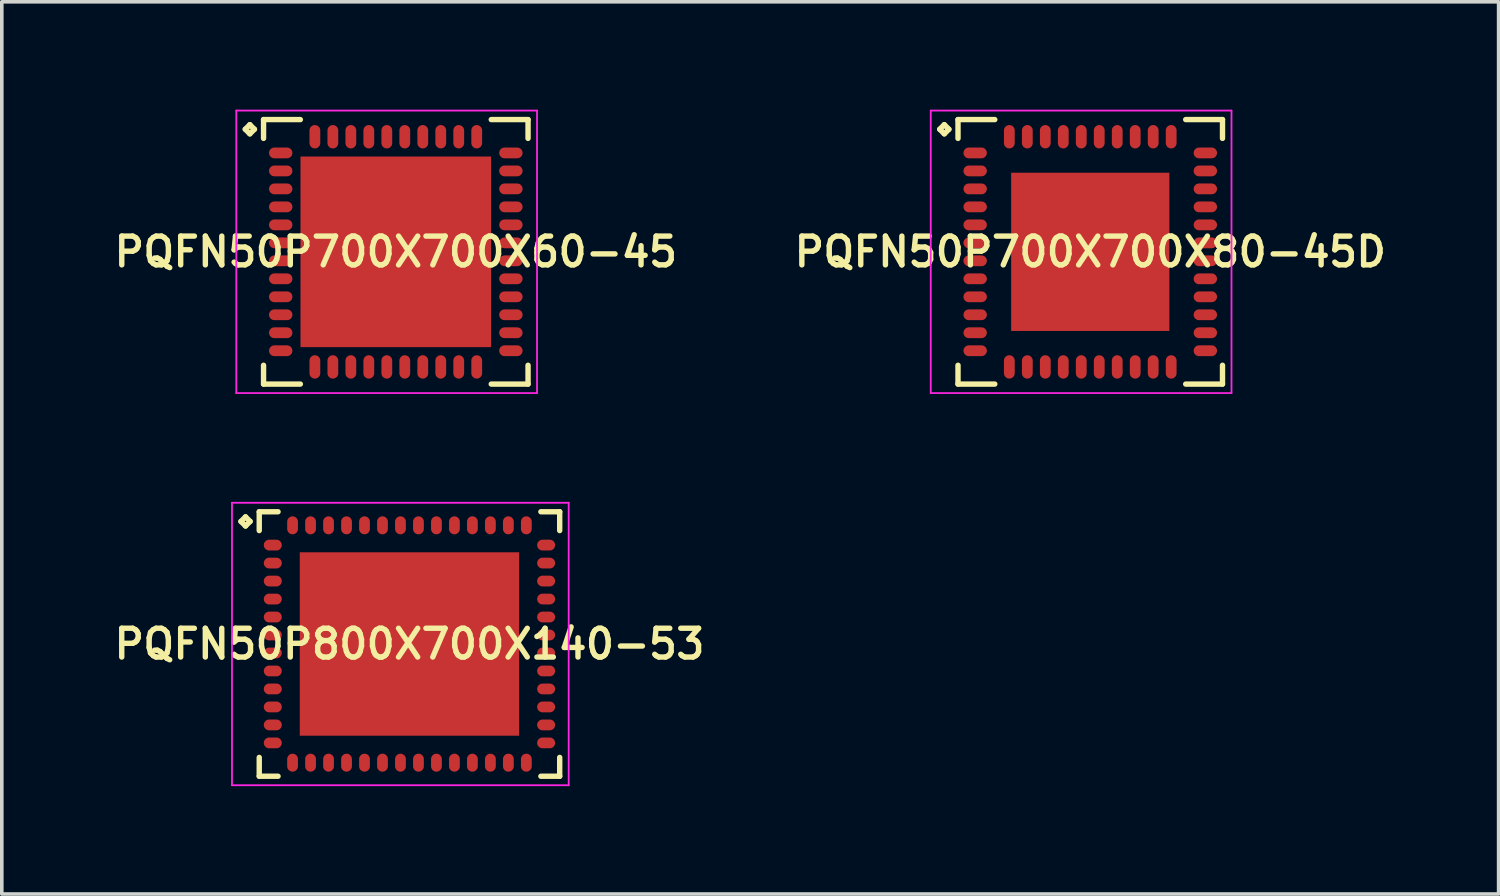
<source format=kicad_pcb>
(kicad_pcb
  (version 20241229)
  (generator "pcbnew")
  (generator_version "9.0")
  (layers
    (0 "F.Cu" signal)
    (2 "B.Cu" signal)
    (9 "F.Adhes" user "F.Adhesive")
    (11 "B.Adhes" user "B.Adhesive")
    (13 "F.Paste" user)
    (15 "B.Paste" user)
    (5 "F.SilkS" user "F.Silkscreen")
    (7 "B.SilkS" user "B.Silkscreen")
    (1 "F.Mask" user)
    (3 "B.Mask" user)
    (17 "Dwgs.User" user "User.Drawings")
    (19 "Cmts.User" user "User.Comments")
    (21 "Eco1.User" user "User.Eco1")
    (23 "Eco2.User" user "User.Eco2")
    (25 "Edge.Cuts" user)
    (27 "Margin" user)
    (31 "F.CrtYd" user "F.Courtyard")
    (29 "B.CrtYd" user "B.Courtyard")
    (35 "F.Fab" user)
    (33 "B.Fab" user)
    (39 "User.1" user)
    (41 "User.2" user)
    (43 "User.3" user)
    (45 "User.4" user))
  (footprint "PQFN50P800X700X140-53"
    (layer "F.Cu")
    (at 8.335 14.856)
    (property "Reference" "PQFN50P800X700X140-53" (at 0 0 0) (layer "F.SilkS") (effects (font (size 0.8 0.8) (thickness 0.15))))
    (attr smd)
    (fp_line (start -4.685 -3.408) (end -4.558 -3.535) (stroke (width 0.15) (type solid)) (layer "F.SilkS"))
    (fp_line (start -4.558 -3.535) (end -4.431 -3.408) (stroke (width 0.15) (type solid)) (layer "F.SilkS"))
    (fp_line (start -4.558 -3.281) (end -4.685 -3.408) (stroke (width 0.15) (type solid)) (layer "F.SilkS"))
    (fp_line (start -4.431 -3.408) (end -4.558 -3.281) (stroke (width 0.15) (type solid)) (layer "F.SilkS"))
    (fp_line (start -4.177 -3.677) (end -3.654 -3.677) (stroke (width 0.15) (type solid)) (layer "F.SilkS"))
    (fp_line (start -4.177 -3.154) (end -4.177 -3.677) (stroke (width 0.15) (type solid)) (layer "F.SilkS"))
    (fp_line (start -4.177 3.154) (end -4.177 3.677) (stroke (width 0.15) (type solid)) (layer "F.SilkS"))
    (fp_line (start -4.177 3.677) (end -3.654 3.677) (stroke (width 0.15) (type solid)) (layer "F.SilkS"))
    (fp_line (start 3.654 -3.677) (end 4.177 -3.677) (stroke (width 0.15) (type solid)) (layer "F.SilkS"))
    (fp_line (start 3.654 3.677) (end 4.177 3.677) (stroke (width 0.15) (type solid)) (layer "F.SilkS"))
    (fp_line (start 4.177 -3.677) (end 4.177 -3.154) (stroke (width 0.15) (type solid)) (layer "F.SilkS"))
    (fp_line (start 4.177 3.677) (end 4.177 3.154) (stroke (width 0.15) (type solid)) (layer "F.SilkS"))
    (fp_line (start -4.935 -3.927) (end 4.427 -3.927) (stroke (width 0.05) (type solid)) (layer "F.CrtYd"))
    (fp_line (start -4.935 3.927) (end -4.935 -3.927) (stroke (width 0.05) (type solid)) (layer "F.CrtYd"))
    (fp_line (start 4.427 -3.927) (end 4.427 3.927) (stroke (width 0.05) (type solid)) (layer "F.CrtYd"))
    (fp_line (start 4.427 3.927) (end -4.935 3.927) (stroke (width 0.05) (type solid)) (layer "F.CrtYd"))
    (pad "1" smd oval (at -3.8 -2.75) (size 0.5 0.3) (layers "F.Cu" "F.Mask" "F.Paste"))
    (pad "2" smd oval (at -3.8 -2.25) (size 0.5 0.3) (layers "F.Cu" "F.Mask" "F.Paste"))
    (pad "3" smd oval (at -3.8 -1.75) (size 0.5 0.3) (layers "F.Cu" "F.Mask" "F.Paste"))
    (pad "4" smd oval (at -3.8 -1.25) (size 0.5 0.3) (layers "F.Cu" "F.Mask" "F.Paste"))
    (pad "5" smd oval (at -3.8 -0.75) (size 0.5 0.3) (layers "F.Cu" "F.Mask" "F.Paste"))
    (pad "6" smd oval (at -3.8 -0.25) (size 0.5 0.3) (layers "F.Cu" "F.Mask" "F.Paste"))
    (pad "7" smd oval (at -3.8 0.25) (size 0.5 0.3) (layers "F.Cu" "F.Mask" "F.Paste"))
    (pad "8" smd oval (at -3.8 0.75) (size 0.5 0.3) (layers "F.Cu" "F.Mask" "F.Paste"))
    (pad "9" smd oval (at -3.8 1.25) (size 0.5 0.3) (layers "F.Cu" "F.Mask" "F.Paste"))
    (pad "10" smd oval (at -3.8 1.75) (size 0.5 0.3) (layers "F.Cu" "F.Mask" "F.Paste"))
    (pad "11" smd oval (at -3.8 2.25) (size 0.5 0.3) (layers "F.Cu" "F.Mask" "F.Paste"))
    (pad "12" smd oval (at -3.8 2.75) (size 0.5 0.3) (layers "F.Cu" "F.Mask" "F.Paste"))
    (pad "13" smd oval (at -3.25 3.3) (size 0.3 0.5) (layers "F.Cu" "F.Mask" "F.Paste"))
    (pad "14" smd oval (at -2.75 3.3) (size 0.3 0.5) (layers "F.Cu" "F.Mask" "F.Paste"))
    (pad "15" smd oval (at -2.25 3.3) (size 0.3 0.5) (layers "F.Cu" "F.Mask" "F.Paste"))
    (pad "16" smd oval (at -1.75 3.3) (size 0.3 0.5) (layers "F.Cu" "F.Mask" "F.Paste"))
    (pad "17" smd oval (at -1.25 3.3) (size 0.3 0.5) (layers "F.Cu" "F.Mask" "F.Paste"))
    (pad "18" smd oval (at -0.75 3.3) (size 0.3 0.5) (layers "F.Cu" "F.Mask" "F.Paste"))
    (pad "19" smd oval (at -0.25 3.3) (size 0.3 0.5) (layers "F.Cu" "F.Mask" "F.Paste"))
    (pad "20" smd oval (at 0.25 3.3) (size 0.3 0.5) (layers "F.Cu" "F.Mask" "F.Paste"))
    (pad "21" smd oval (at 0.75 3.3) (size 0.3 0.5) (layers "F.Cu" "F.Mask" "F.Paste"))
    (pad "22" smd oval (at 1.25 3.3) (size 0.3 0.5) (layers "F.Cu" "F.Mask" "F.Paste"))
    (pad "23" smd oval (at 1.75 3.3) (size 0.3 0.5) (layers "F.Cu" "F.Mask" "F.Paste"))
    (pad "24" smd oval (at 2.25 3.3) (size 0.3 0.5) (layers "F.Cu" "F.Mask" "F.Paste"))
    (pad "25" smd oval (at 2.75 3.3) (size 0.3 0.5) (layers "F.Cu" "F.Mask" "F.Paste"))
    (pad "26" smd oval (at 3.25 3.3) (size 0.3 0.5) (layers "F.Cu" "F.Mask" "F.Paste"))
    (pad "27" smd oval (at 3.8 2.75) (size 0.5 0.3) (layers "F.Cu" "F.Mask" "F.Paste"))
    (pad "28" smd oval (at 3.8 2.25) (size 0.5 0.3) (layers "F.Cu" "F.Mask" "F.Paste"))
    (pad "29" smd oval (at 3.8 1.75) (size 0.5 0.3) (layers "F.Cu" "F.Mask" "F.Paste"))
    (pad "30" smd oval (at 3.8 1.25) (size 0.5 0.3) (layers "F.Cu" "F.Mask" "F.Paste"))
    (pad "31" smd oval (at 3.8 0.75) (size 0.5 0.3) (layers "F.Cu" "F.Mask" "F.Paste"))
    (pad "32" smd oval (at 3.8 0.25) (size 0.5 0.3) (layers "F.Cu" "F.Mask" "F.Paste"))
    (pad "33" smd oval (at 3.8 -0.25) (size 0.5 0.3) (layers "F.Cu" "F.Mask" "F.Paste"))
    (pad "34" smd oval (at 3.8 -0.75) (size 0.5 0.3) (layers "F.Cu" "F.Mask" "F.Paste"))
    (pad "35" smd oval (at 3.8 -1.25) (size 0.5 0.3) (layers "F.Cu" "F.Mask" "F.Paste"))
    (pad "36" smd oval (at 3.8 -1.75) (size 0.5 0.3) (layers "F.Cu" "F.Mask" "F.Paste"))
    (pad "37" smd oval (at 3.8 -2.25) (size 0.5 0.3) (layers "F.Cu" "F.Mask" "F.Paste"))
    (pad "38" smd oval (at 3.8 -2.75) (size 0.5 0.3) (layers "F.Cu" "F.Mask" "F.Paste"))
    (pad "39" smd oval (at 3.25 -3.3) (size 0.3 0.5) (layers "F.Cu" "F.Mask" "F.Paste"))
    (pad "40" smd oval (at 2.75 -3.3) (size 0.3 0.5) (layers "F.Cu" "F.Mask" "F.Paste"))
    (pad "41" smd oval (at 2.25 -3.3) (size 0.3 0.5) (layers "F.Cu" "F.Mask" "F.Paste"))
    (pad "42" smd oval (at 1.75 -3.3) (size 0.3 0.5) (layers "F.Cu" "F.Mask" "F.Paste"))
    (pad "43" smd oval (at 1.25 -3.3) (size 0.3 0.5) (layers "F.Cu" "F.Mask" "F.Paste"))
    (pad "44" smd oval (at 0.75 -3.3) (size 0.3 0.5) (layers "F.Cu" "F.Mask" "F.Paste"))
    (pad "45" smd oval (at 0.25 -3.3) (size 0.3 0.5) (layers "F.Cu" "F.Mask" "F.Paste"))
    (pad "46" smd oval (at -0.25 -3.3) (size 0.3 0.5) (layers "F.Cu" "F.Mask" "F.Paste"))
    (pad "47" smd oval (at -0.75 -3.3) (size 0.3 0.5) (layers "F.Cu" "F.Mask" "F.Paste"))
    (pad "48" smd oval (at -1.25 -3.3) (size 0.3 0.5) (layers "F.Cu" "F.Mask" "F.Paste"))
    (pad "49" smd oval (at -1.75 -3.3) (size 0.3 0.5) (layers "F.Cu" "F.Mask" "F.Paste"))
    (pad "50" smd oval (at -2.25 -3.3) (size 0.3 0.5) (layers "F.Cu" "F.Mask" "F.Paste"))
    (pad "51" smd oval (at -2.75 -3.3) (size 0.3 0.5) (layers "F.Cu" "F.Mask" "F.Paste"))
    (pad "52" smd oval (at -3.25 -3.3) (size 0.3 0.5) (layers "F.Cu" "F.Mask" "F.Paste"))
    (pad "53" smd rect (at 0 0) (size 6.1 5.1) (layers "F.Cu" "F.Mask" "F.Paste")))
  (footprint "PQFN50P700X700X80-45D"
    (layer "F.Cu")
    (at 27.264 3.952)
    (property "Reference" "PQFN50P700X700X80-45D" (at 0 0 0) (layer "F.SilkS") (effects (font (size 0.8 0.8) (thickness 0.15))))
    (attr smd)
    (fp_line (start -4.185 -3.408) (end -4.058 -3.535) (stroke (width 0.15) (type solid)) (layer "F.SilkS"))
    (fp_line (start -4.058 -3.535) (end -3.931 -3.408) (stroke (width 0.15) (type solid)) (layer "F.SilkS"))
    (fp_line (start -4.058 -3.281) (end -4.185 -3.408) (stroke (width 0.15) (type solid)) (layer "F.SilkS"))
    (fp_line (start -3.931 -3.408) (end -4.058 -3.281) (stroke (width 0.15) (type solid)) (layer "F.SilkS"))
    (fp_line (start -3.677 -3.677) (end -2.654 -3.677) (stroke (width 0.15) (type solid)) (layer "F.SilkS"))
    (fp_line (start -3.677 -3.154) (end -3.677 -3.677) (stroke (width 0.15) (type solid)) (layer "F.SilkS"))
    (fp_line (start -3.677 3.154) (end -3.677 3.677) (stroke (width 0.15) (type solid)) (layer "F.SilkS"))
    (fp_line (start -3.677 3.677) (end -2.654 3.677) (stroke (width 0.15) (type solid)) (layer "F.SilkS"))
    (fp_line (start 2.654 -3.677) (end 3.677 -3.677) (stroke (width 0.15) (type solid)) (layer "F.SilkS"))
    (fp_line (start 2.654 3.677) (end 3.677 3.677) (stroke (width 0.15) (type solid)) (layer "F.SilkS"))
    (fp_line (start 3.677 -3.677) (end 3.677 -3.154) (stroke (width 0.15) (type solid)) (layer "F.SilkS"))
    (fp_line (start 3.677 3.677) (end 3.677 3.154) (stroke (width 0.15) (type solid)) (layer "F.SilkS"))
    (fp_line (start -4.435 -3.927) (end 3.927 -3.927) (stroke (width 0.05) (type solid)) (layer "F.CrtYd"))
    (fp_line (start -4.435 3.927) (end -4.435 -3.927) (stroke (width 0.05) (type solid)) (layer "F.CrtYd"))
    (fp_line (start 3.927 -3.927) (end 3.927 3.927) (stroke (width 0.05) (type solid)) (layer "F.CrtYd"))
    (fp_line (start 3.927 3.927) (end -4.435 3.927) (stroke (width 0.05) (type solid)) (layer "F.CrtYd"))
    (pad "1" smd oval (at -3.2 -2.75) (size 0.65 0.3) (layers "F.Cu" "F.Mask" "F.Paste"))
    (pad "2" smd oval (at -3.2 -2.25) (size 0.65 0.3) (layers "F.Cu" "F.Mask" "F.Paste"))
    (pad "3" smd oval (at -3.2 -1.75) (size 0.65 0.3) (layers "F.Cu" "F.Mask" "F.Paste"))
    (pad "4" smd oval (at -3.2 -1.25) (size 0.65 0.3) (layers "F.Cu" "F.Mask" "F.Paste"))
    (pad "5" smd oval (at -3.2 -0.75) (size 0.65 0.3) (layers "F.Cu" "F.Mask" "F.Paste"))
    (pad "6" smd oval (at -3.2 -0.25) (size 0.65 0.3) (layers "F.Cu" "F.Mask" "F.Paste"))
    (pad "7" smd oval (at -3.2 0.25) (size 0.65 0.3) (layers "F.Cu" "F.Mask" "F.Paste"))
    (pad "8" smd oval (at -3.2 0.75) (size 0.65 0.3) (layers "F.Cu" "F.Mask" "F.Paste"))
    (pad "9" smd oval (at -3.2 1.25) (size 0.65 0.3) (layers "F.Cu" "F.Mask" "F.Paste"))
    (pad "10" smd oval (at -3.2 1.75) (size 0.65 0.3) (layers "F.Cu" "F.Mask" "F.Paste"))
    (pad "11" smd oval (at -3.2 2.25) (size 0.65 0.3) (layers "F.Cu" "F.Mask" "F.Paste"))
    (pad "12" smd oval (at -3.2 2.75) (size 0.65 0.3) (layers "F.Cu" "F.Mask" "F.Paste"))
    (pad "13" smd oval (at -2.25 3.2) (size 0.3 0.65) (layers "F.Cu" "F.Mask" "F.Paste"))
    (pad "14" smd oval (at -1.75 3.2) (size 0.3 0.65) (layers "F.Cu" "F.Mask" "F.Paste"))
    (pad "15" smd oval (at -1.25 3.2) (size 0.3 0.65) (layers "F.Cu" "F.Mask" "F.Paste"))
    (pad "16" smd oval (at -0.75 3.2) (size 0.3 0.65) (layers "F.Cu" "F.Mask" "F.Paste"))
    (pad "17" smd oval (at -0.25 3.2) (size 0.3 0.65) (layers "F.Cu" "F.Mask" "F.Paste"))
    (pad "18" smd oval (at 0.25 3.2) (size 0.3 0.65) (layers "F.Cu" "F.Mask" "F.Paste"))
    (pad "19" smd oval (at 0.75 3.2) (size 0.3 0.65) (layers "F.Cu" "F.Mask" "F.Paste"))
    (pad "20" smd oval (at 1.25 3.2) (size 0.3 0.65) (layers "F.Cu" "F.Mask" "F.Paste"))
    (pad "21" smd oval (at 1.75 3.2) (size 0.3 0.65) (layers "F.Cu" "F.Mask" "F.Paste"))
    (pad "22" smd oval (at 2.25 3.2) (size 0.3 0.65) (layers "F.Cu" "F.Mask" "F.Paste"))
    (pad "23" smd oval (at 3.2 2.75) (size 0.65 0.3) (layers "F.Cu" "F.Mask" "F.Paste"))
    (pad "24" smd oval (at 3.2 2.25) (size 0.65 0.3) (layers "F.Cu" "F.Mask" "F.Paste"))
    (pad "25" smd oval (at 3.2 1.75) (size 0.65 0.3) (layers "F.Cu" "F.Mask" "F.Paste"))
    (pad "26" smd oval (at 3.2 1.25) (size 0.65 0.3) (layers "F.Cu" "F.Mask" "F.Paste"))
    (pad "27" smd oval (at 3.2 0.75) (size 0.65 0.3) (layers "F.Cu" "F.Mask" "F.Paste"))
    (pad "28" smd oval (at 3.2 0.25) (size 0.65 0.3) (layers "F.Cu" "F.Mask" "F.Paste"))
    (pad "29" smd oval (at 3.2 -0.25) (size 0.65 0.3) (layers "F.Cu" "F.Mask" "F.Paste"))
    (pad "30" smd oval (at 3.2 -0.75) (size 0.65 0.3) (layers "F.Cu" "F.Mask" "F.Paste"))
    (pad "31" smd oval (at 3.2 -1.25) (size 0.65 0.3) (layers "F.Cu" "F.Mask" "F.Paste"))
    (pad "32" smd oval (at 3.2 -1.75) (size 0.65 0.3) (layers "F.Cu" "F.Mask" "F.Paste"))
    (pad "33" smd oval (at 3.2 -2.25) (size 0.65 0.3) (layers "F.Cu" "F.Mask" "F.Paste"))
    (pad "34" smd oval (at 3.2 -2.75) (size 0.65 0.3) (layers "F.Cu" "F.Mask" "F.Paste"))
    (pad "35" smd oval (at 2.25 -3.2) (size 0.3 0.65) (layers "F.Cu" "F.Mask" "F.Paste"))
    (pad "36" smd oval (at 1.75 -3.2) (size 0.3 0.65) (layers "F.Cu" "F.Mask" "F.Paste"))
    (pad "37" smd oval (at 1.25 -3.2) (size 0.3 0.65) (layers "F.Cu" "F.Mask" "F.Paste"))
    (pad "38" smd oval (at 0.75 -3.2) (size 0.3 0.65) (layers "F.Cu" "F.Mask" "F.Paste"))
    (pad "39" smd oval (at 0.25 -3.2) (size 0.3 0.65) (layers "F.Cu" "F.Mask" "F.Paste"))
    (pad "40" smd oval (at -0.25 -3.2) (size 0.3 0.65) (layers "F.Cu" "F.Mask" "F.Paste"))
    (pad "41" smd oval (at -0.75 -3.2) (size 0.3 0.65) (layers "F.Cu" "F.Mask" "F.Paste"))
    (pad "42" smd oval (at -1.25 -3.2) (size 0.3 0.65) (layers "F.Cu" "F.Mask" "F.Paste"))
    (pad "43" smd oval (at -1.75 -3.2) (size 0.3 0.65) (layers "F.Cu" "F.Mask" "F.Paste"))
    (pad "44" smd oval (at -2.25 -3.2) (size 0.3 0.65) (layers "F.Cu" "F.Mask" "F.Paste"))
    (pad "45" smd rect (at 0 0) (size 4.4 4.4) (layers "F.Cu" "F.Mask" "F.Paste")))
  (footprint "PQFN50P700X700X60-45"
    (layer "F.Cu")
    (at 7.955 3.952)
    (property "Reference" "PQFN50P700X700X60-45" (at 0 0 0) (layer "F.SilkS") (effects (font (size 0.8 0.8) (thickness 0.15))))
    (attr smd)
    (fp_line (start -4.185 -3.408) (end -4.058 -3.535) (stroke (width 0.15) (type solid)) (layer "F.SilkS"))
    (fp_line (start -4.058 -3.535) (end -3.931 -3.408) (stroke (width 0.15) (type solid)) (layer "F.SilkS"))
    (fp_line (start -4.058 -3.281) (end -4.185 -3.408) (stroke (width 0.15) (type solid)) (layer "F.SilkS"))
    (fp_line (start -3.931 -3.408) (end -4.058 -3.281) (stroke (width 0.15) (type solid)) (layer "F.SilkS"))
    (fp_line (start -3.677 -3.677) (end -2.654 -3.677) (stroke (width 0.15) (type solid)) (layer "F.SilkS"))
    (fp_line (start -3.677 -3.154) (end -3.677 -3.677) (stroke (width 0.15) (type solid)) (layer "F.SilkS"))
    (fp_line (start -3.677 3.154) (end -3.677 3.677) (stroke (width 0.15) (type solid)) (layer "F.SilkS"))
    (fp_line (start -3.677 3.677) (end -2.654 3.677) (stroke (width 0.15) (type solid)) (layer "F.SilkS"))
    (fp_line (start 2.654 -3.677) (end 3.677 -3.677) (stroke (width 0.15) (type solid)) (layer "F.SilkS"))
    (fp_line (start 2.654 3.677) (end 3.677 3.677) (stroke (width 0.15) (type solid)) (layer "F.SilkS"))
    (fp_line (start 3.677 -3.677) (end 3.677 -3.154) (stroke (width 0.15) (type solid)) (layer "F.SilkS"))
    (fp_line (start 3.677 3.677) (end 3.677 3.154) (stroke (width 0.15) (type solid)) (layer "F.SilkS"))
    (fp_line (start -4.435 -3.927) (end 3.927 -3.927) (stroke (width 0.05) (type solid)) (layer "F.CrtYd"))
    (fp_line (start -4.435 3.927) (end -4.435 -3.927) (stroke (width 0.05) (type solid)) (layer "F.CrtYd"))
    (fp_line (start 3.927 -3.927) (end 3.927 3.927) (stroke (width 0.05) (type solid)) (layer "F.CrtYd"))
    (fp_line (start 3.927 3.927) (end -4.435 3.927) (stroke (width 0.05) (type solid)) (layer "F.CrtYd"))
    (pad "1" smd oval (at -3.2 -2.75) (size 0.65 0.3) (layers "F.Cu" "F.Mask" "F.Paste"))
    (pad "2" smd oval (at -3.2 -2.25) (size 0.65 0.3) (layers "F.Cu" "F.Mask" "F.Paste"))
    (pad "3" smd oval (at -3.2 -1.75) (size 0.65 0.3) (layers "F.Cu" "F.Mask" "F.Paste"))
    (pad "4" smd oval (at -3.2 -1.25) (size 0.65 0.3) (layers "F.Cu" "F.Mask" "F.Paste"))
    (pad "5" smd oval (at -3.2 -0.75) (size 0.65 0.3) (layers "F.Cu" "F.Mask" "F.Paste"))
    (pad "6" smd oval (at -3.2 -0.25) (size 0.65 0.3) (layers "F.Cu" "F.Mask" "F.Paste"))
    (pad "7" smd oval (at -3.2 0.25) (size 0.65 0.3) (layers "F.Cu" "F.Mask" "F.Paste"))
    (pad "8" smd oval (at -3.2 0.75) (size 0.65 0.3) (layers "F.Cu" "F.Mask" "F.Paste"))
    (pad "9" smd oval (at -3.2 1.25) (size 0.65 0.3) (layers "F.Cu" "F.Mask" "F.Paste"))
    (pad "10" smd oval (at -3.2 1.75) (size 0.65 0.3) (layers "F.Cu" "F.Mask" "F.Paste"))
    (pad "11" smd oval (at -3.2 2.25) (size 0.65 0.3) (layers "F.Cu" "F.Mask" "F.Paste"))
    (pad "12" smd oval (at -3.2 2.75) (size 0.65 0.3) (layers "F.Cu" "F.Mask" "F.Paste"))
    (pad "13" smd oval (at -2.25 3.2) (size 0.3 0.65) (layers "F.Cu" "F.Mask" "F.Paste"))
    (pad "14" smd oval (at -1.75 3.2) (size 0.3 0.65) (layers "F.Cu" "F.Mask" "F.Paste"))
    (pad "15" smd oval (at -1.25 3.2) (size 0.3 0.65) (layers "F.Cu" "F.Mask" "F.Paste"))
    (pad "16" smd oval (at -0.75 3.2) (size 0.3 0.65) (layers "F.Cu" "F.Mask" "F.Paste"))
    (pad "17" smd oval (at -0.25 3.2) (size 0.3 0.65) (layers "F.Cu" "F.Mask" "F.Paste"))
    (pad "18" smd oval (at 0.25 3.2) (size 0.3 0.65) (layers "F.Cu" "F.Mask" "F.Paste"))
    (pad "19" smd oval (at 0.75 3.2) (size 0.3 0.65) (layers "F.Cu" "F.Mask" "F.Paste"))
    (pad "20" smd oval (at 1.25 3.2) (size 0.3 0.65) (layers "F.Cu" "F.Mask" "F.Paste"))
    (pad "21" smd oval (at 1.75 3.2) (size 0.3 0.65) (layers "F.Cu" "F.Mask" "F.Paste"))
    (pad "22" smd oval (at 2.25 3.2) (size 0.3 0.65) (layers "F.Cu" "F.Mask" "F.Paste"))
    (pad "23" smd oval (at 3.2 2.75) (size 0.65 0.3) (layers "F.Cu" "F.Mask" "F.Paste"))
    (pad "24" smd oval (at 3.2 2.25) (size 0.65 0.3) (layers "F.Cu" "F.Mask" "F.Paste"))
    (pad "25" smd oval (at 3.2 1.75) (size 0.65 0.3) (layers "F.Cu" "F.Mask" "F.Paste"))
    (pad "26" smd oval (at 3.2 1.25) (size 0.65 0.3) (layers "F.Cu" "F.Mask" "F.Paste"))
    (pad "27" smd oval (at 3.2 0.75) (size 0.65 0.3) (layers "F.Cu" "F.Mask" "F.Paste"))
    (pad "28" smd oval (at 3.2 0.25) (size 0.65 0.3) (layers "F.Cu" "F.Mask" "F.Paste"))
    (pad "29" smd oval (at 3.2 -0.25) (size 0.65 0.3) (layers "F.Cu" "F.Mask" "F.Paste"))
    (pad "30" smd oval (at 3.2 -0.75) (size 0.65 0.3) (layers "F.Cu" "F.Mask" "F.Paste"))
    (pad "31" smd oval (at 3.2 -1.25) (size 0.65 0.3) (layers "F.Cu" "F.Mask" "F.Paste"))
    (pad "32" smd oval (at 3.2 -1.75) (size 0.65 0.3) (layers "F.Cu" "F.Mask" "F.Paste"))
    (pad "33" smd oval (at 3.2 -2.25) (size 0.65 0.3) (layers "F.Cu" "F.Mask" "F.Paste"))
    (pad "34" smd oval (at 3.2 -2.75) (size 0.65 0.3) (layers "F.Cu" "F.Mask" "F.Paste"))
    (pad "35" smd oval (at 2.25 -3.2) (size 0.3 0.65) (layers "F.Cu" "F.Mask" "F.Paste"))
    (pad "36" smd oval (at 1.75 -3.2) (size 0.3 0.65) (layers "F.Cu" "F.Mask" "F.Paste"))
    (pad "37" smd oval (at 1.25 -3.2) (size 0.3 0.65) (layers "F.Cu" "F.Mask" "F.Paste"))
    (pad "38" smd oval (at 0.75 -3.2) (size 0.3 0.65) (layers "F.Cu" "F.Mask" "F.Paste"))
    (pad "39" smd oval (at 0.25 -3.2) (size 0.3 0.65) (layers "F.Cu" "F.Mask" "F.Paste"))
    (pad "40" smd oval (at -0.25 -3.2) (size 0.3 0.65) (layers "F.Cu" "F.Mask" "F.Paste"))
    (pad "41" smd oval (at -0.75 -3.2) (size 0.3 0.65) (layers "F.Cu" "F.Mask" "F.Paste"))
    (pad "42" smd oval (at -1.25 -3.2) (size 0.3 0.65) (layers "F.Cu" "F.Mask" "F.Paste"))
    (pad "43" smd oval (at -1.75 -3.2) (size 0.3 0.65) (layers "F.Cu" "F.Mask" "F.Paste"))
    (pad "44" smd oval (at -2.25 -3.2) (size 0.3 0.65) (layers "F.Cu" "F.Mask" "F.Paste"))
    (pad "45" smd rect (at 0 0) (size 5.3 5.3) (layers "F.Cu" "F.Mask" "F.Paste")))
  (gr_rect
    (start -3 -3)
    (end 38.618 21.808)
    (stroke (width 0.1) (type default))
    (fill no)
    (layer "Edge.Cuts")))
</source>
